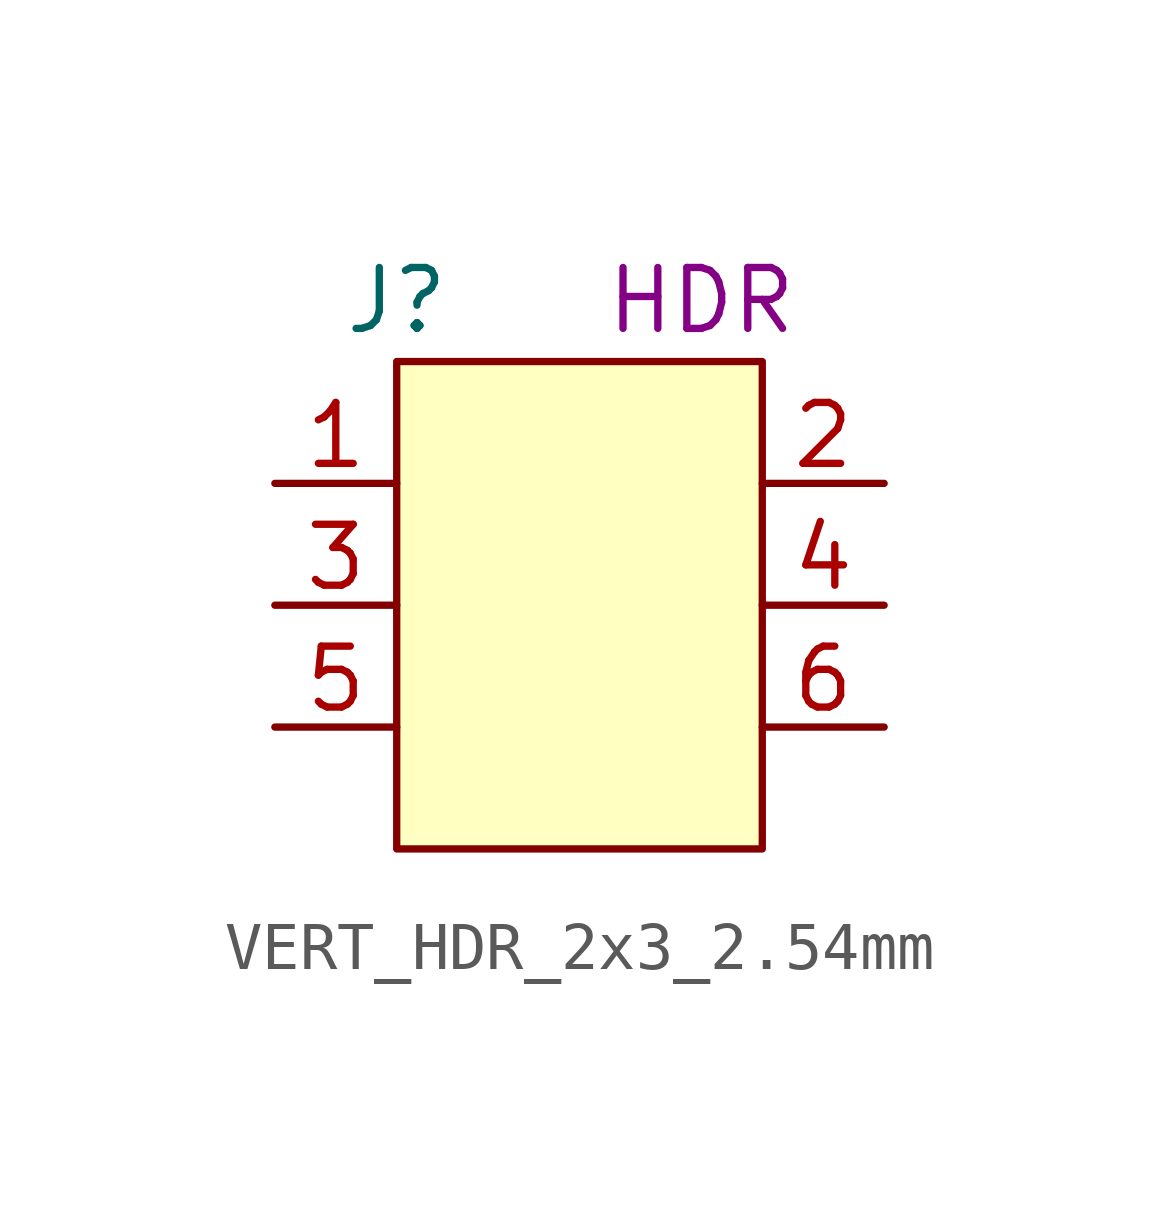
<source format=kicad_sym>
(kicad_symbol_lib
  (version 20231120)
  (generator "kicad_symbol_editor")
  (generator_version "8.0")
  (symbol "VERT_HDR_2x3_2.54mm"
    (property "Reference" "J"
      (at -3.81 3.81 0)
      (effects (font (size 1.27 1.27))))
    (property "Display Value" "HDR"
      (at 2.54 3.81 0)
      (effects (font (size 1.27 1.27))))
    (symbol "VERT_HDR_2x3_2.54mm_1_1"
      (rectangle (start -3.81 2.54) (end 3.81 -7.62) (stroke (width 0) (type default)) (fill (type background)))
      (pin unspecified line (at -6.35 0 0) (length 2.54) (name "" (effects (font (size 1.27 1.27)))) (number "1" (effects (font (size 1.27 1.27)))))
      (pin unspecified line (at 6.35 0 180) (length 2.54) (name "" (effects (font (size 1.27 1.27)))) (number "2" (effects (font (size 1.27 1.27)))))
      (pin unspecified line (at -6.35 -2.54 0) (length 2.54) (name "" (effects (font (size 1.27 1.27)))) (number "3" (effects (font (size 1.27 1.27)))))
      (pin unspecified line (at 6.35 -2.54 180) (length 2.54) (name "" (effects (font (size 1.27 1.27)))) (number "4" (effects (font (size 1.27 1.27)))))
      (pin unspecified line (at -6.35 -5.08 0) (length 2.54) (name "" (effects (font (size 1.27 1.27)))) (number "5" (effects (font (size 1.27 1.27)))))
      (pin unspecified line (at 6.35 -5.08 180) (length 2.54) (name "" (effects (font (size 1.27 1.27)))) (number "6" (effects (font (size 1.27 1.27))))))))
</source>
